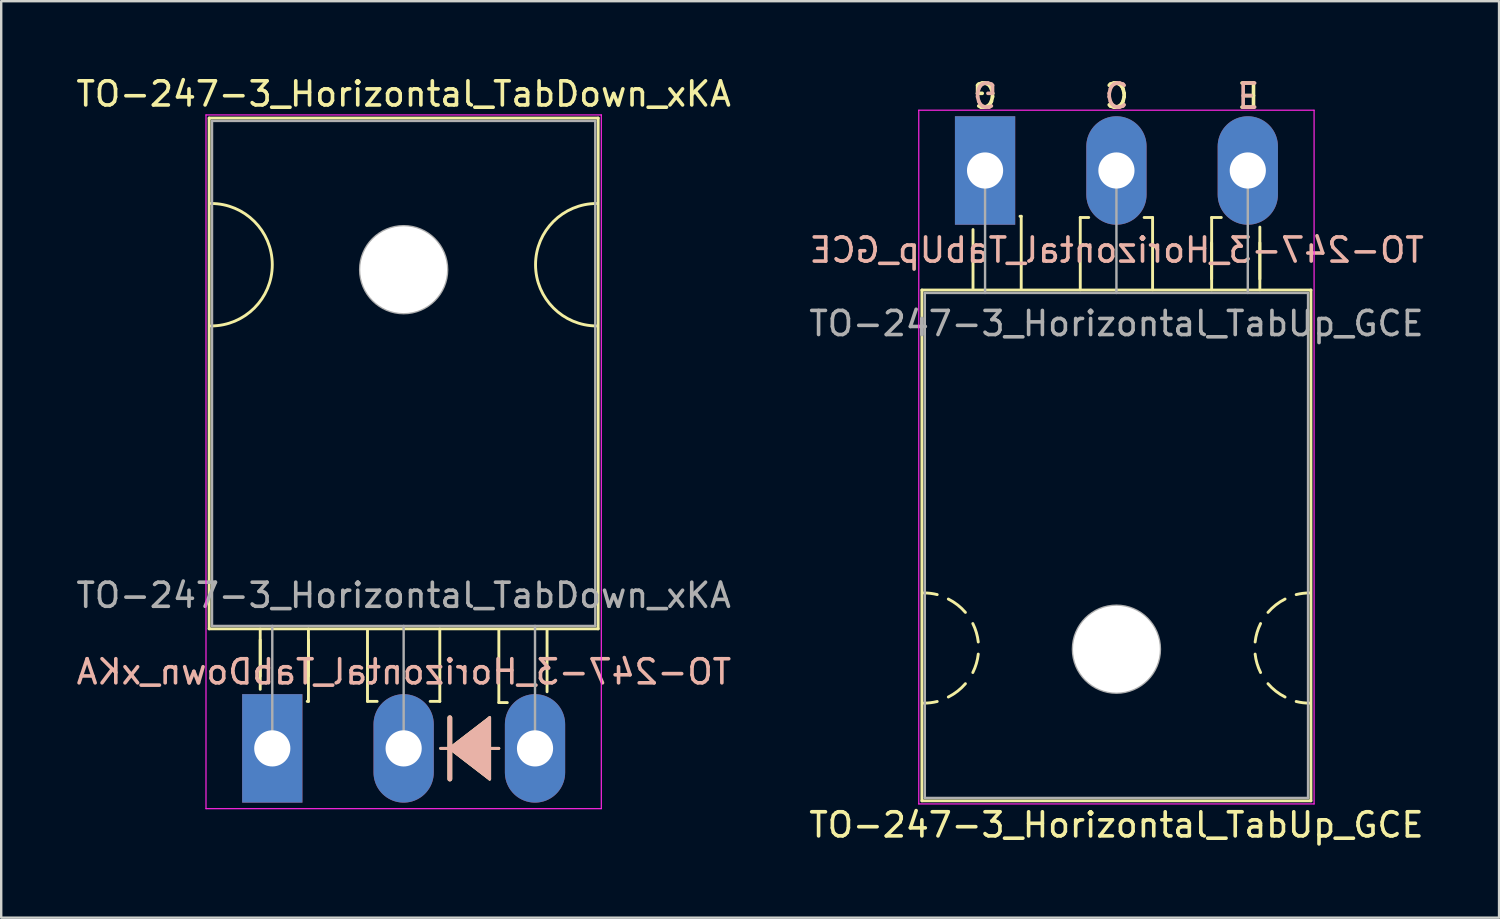
<source format=kicad_pcb>
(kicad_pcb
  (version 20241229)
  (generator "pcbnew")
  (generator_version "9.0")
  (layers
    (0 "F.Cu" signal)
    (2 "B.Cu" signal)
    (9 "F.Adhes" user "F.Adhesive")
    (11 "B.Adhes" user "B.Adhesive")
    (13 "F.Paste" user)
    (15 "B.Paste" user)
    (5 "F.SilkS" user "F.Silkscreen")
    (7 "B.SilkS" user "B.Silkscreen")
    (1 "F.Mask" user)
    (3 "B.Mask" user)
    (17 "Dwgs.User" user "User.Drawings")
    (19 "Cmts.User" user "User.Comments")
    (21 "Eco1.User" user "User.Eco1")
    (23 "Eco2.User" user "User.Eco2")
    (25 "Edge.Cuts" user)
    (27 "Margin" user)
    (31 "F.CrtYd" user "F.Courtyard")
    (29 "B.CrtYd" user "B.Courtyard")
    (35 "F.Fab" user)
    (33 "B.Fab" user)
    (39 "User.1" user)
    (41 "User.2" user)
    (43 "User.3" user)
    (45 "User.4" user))
  (footprint "TO-247-3_Horizontal_TabDown_xKA"
    (layer "F.Cu")
    (at 8.246 27.998)
    (property "Reference" "TO-247-3_Horizontal_TabDown_xKA" (at 5.45 -27.15 0) (layer "F.SilkS") (effects (font (size 1 1) (thickness 0.15))))
    (fp_line (start -2.62 -26.15) (end -2.62 -4.96) (stroke (width 0.12) (type solid)) (layer "F.SilkS"))
    (fp_line (start -2.62 -26.15) (end 13.52 -26.15) (stroke (width 0.12) (type solid)) (layer "F.SilkS"))
    (fp_line (start -2.62 -4.96) (end 13.52 -4.96) (stroke (width 0.12) (type solid)) (layer "F.SilkS"))
    (fp_line (start -0.5 -4.95) (end -0.5 -2.45) (stroke (width 0.12) (type solid)) (layer "F.SilkS"))
    (fp_line (start -0.5 -4.5) (end -0.5 -3) (stroke (width 0.12) (type solid)) (layer "F.SilkS"))
    (fp_line (start 1.5 -4.95) (end 1.5 -1.95) (stroke (width 0.12) (type solid)) (layer "F.SilkS"))
    (fp_line (start 1.5 -4.5) (end 1.5 -3) (stroke (width 0.12) (type solid)) (layer "F.SilkS"))
    (fp_line (start 1.5 -1.95) (end 1.45 -1.95) (stroke (width 0.12) (type solid)) (layer "F.SilkS"))
    (fp_line (start 3.95 -4.9) (end 3.95 -1.95) (stroke (width 0.12) (type solid)) (layer "F.SilkS"))
    (fp_line (start 3.95 -1.95) (end 4.35 -1.95) (stroke (width 0.12) (type solid)) (layer "F.SilkS"))
    (fp_line (start 6.95 -4.95) (end 6.95 -1.95) (stroke (width 0.12) (type solid)) (layer "F.SilkS"))
    (fp_line (start 6.95 -1.95) (end 6.55 -1.95) (stroke (width 0.12) (type solid)) (layer "F.SilkS"))
    (fp_line (start 6.985 0) (end 7.366 0) (stroke (width 0.12) (type solid)) (layer "F.SilkS"))
    (fp_line (start 7.366 -1.27) (end 7.366 0) (stroke (width 0.2) (type solid)) (layer "F.SilkS"))
    (fp_line (start 7.366 0) (end 7.366 1.27) (stroke (width 0.2) (type solid)) (layer "F.SilkS"))
    (fp_line (start 7.366 0) (end 9.017 1.27) (stroke (width 0.12) (type solid)) (layer "F.SilkS"))
    (fp_line (start 9.017 -1.27) (end 7.366 0) (stroke (width 0.12) (type solid)) (layer "F.SilkS"))
    (fp_line (start 9.017 1.27) (end 9.017 -1.27) (stroke (width 0.12) (type solid)) (layer "F.SilkS"))
    (fp_line (start 9.398 0) (end 9.017 0) (stroke (width 0.12) (type solid)) (layer "F.SilkS"))
    (fp_line (start 9.4 -4.9) (end 9.4 -1.9) (stroke (width 0.12) (type solid)) (layer "F.SilkS"))
    (fp_line (start 9.4 -1.9) (end 9.75 -1.9) (stroke (width 0.12) (type solid)) (layer "F.SilkS"))
    (fp_line (start 11.4 -4.9) (end 11.4 -2.35) (stroke (width 0.12) (type solid)) (layer "F.SilkS"))
    (fp_line (start 13.52 -26.15) (end 13.52 -4.96) (stroke (width 0.12) (type solid)) (layer "F.SilkS"))
    (fp_arc (start -2.54 -22.606) (mid 0 -20.066) (end -2.54 -17.526) (stroke (width 0.12) (type solid)) (layer "F.SilkS"))
    (fp_arc (start 13.462 -17.526) (mid 10.922 -20.066) (end 13.462 -22.606) (stroke (width 0.12) (type solid)) (layer "F.SilkS"))
    (fp_poly (pts (xy 9.017 1.27) (xy 7.366 0) (xy 9.017 -1.27)) (stroke (width 0.1) (type solid)) (fill yes) (layer "F.SilkS"))
    (fp_line (start 6.985 0) (end 7.366 0) (stroke (width 0.12) (type solid)) (layer "B.SilkS"))
    (fp_line (start 7.366 0) (end 7.366 -1.27) (stroke (width 0.2) (type solid)) (layer "B.SilkS"))
    (fp_line (start 7.366 0) (end 9.017 -1.27) (stroke (width 0.12) (type solid)) (layer "B.SilkS"))
    (fp_line (start 7.366 1.27) (end 7.366 0) (stroke (width 0.2) (type solid)) (layer "B.SilkS"))
    (fp_line (start 9.017 -1.27) (end 9.017 1.27) (stroke (width 0.12) (type solid)) (layer "B.SilkS"))
    (fp_line (start 9.017 1.27) (end 7.366 0) (stroke (width 0.12) (type solid)) (layer "B.SilkS"))
    (fp_line (start 9.398 0) (end 9.017 0) (stroke (width 0.12) (type solid)) (layer "B.SilkS"))
    (fp_poly (pts (xy 9.017 -1.27) (xy 7.366 0) (xy 9.017 1.27)) (stroke (width 0.1) (type solid)) (fill yes) (layer "B.SilkS"))
    (fp_line (start -2.75 -26.28) (end -2.75 2.5) (stroke (width 0.05) (type solid)) (layer "F.CrtYd"))
    (fp_line (start -2.75 2.5) (end 13.65 2.5) (stroke (width 0.05) (type solid)) (layer "F.CrtYd"))
    (fp_line (start 13.65 -26.28) (end -2.75 -26.28) (stroke (width 0.05) (type solid)) (layer "F.CrtYd"))
    (fp_line (start 13.65 2.5) (end 13.65 -26.28) (stroke (width 0.05) (type solid)) (layer "F.CrtYd"))
    (fp_line (start -2.5 -26.03) (end 13.4 -26.03) (stroke (width 0.1) (type solid)) (layer "F.Fab"))
    (fp_line (start -2.5 -5.08) (end -2.5 -26.03) (stroke (width 0.1) (type solid)) (layer "F.Fab"))
    (fp_line (start 0 -5.08) (end 0 0) (stroke (width 0.1) (type solid)) (layer "F.Fab"))
    (fp_line (start 5.45 -5.08) (end 5.45 0) (stroke (width 0.1) (type solid)) (layer "F.Fab"))
    (fp_line (start 10.9 -5.08) (end 10.9 0) (stroke (width 0.1) (type solid)) (layer "F.Fab"))
    (fp_line (start 13.4 -26.03) (end 13.4 -5.08) (stroke (width 0.1) (type solid)) (layer "F.Fab"))
    (fp_line (start 13.4 -5.08) (end -2.5 -5.08) (stroke (width 0.1) (type solid)) (layer "F.Fab"))
    (fp_circle (center 5.45 -19.86) (end 7.255 -19.86) (stroke (width 0.1) (type solid)) (fill no) (layer "F.Fab"))
    (fp_text user "${REFERENCE}" (at 5.461 -3.175 0) (layer "B.SilkS") (effects (font (size 1 1) (thickness 0.15)) (justify mirror)))
    (fp_text user "${REFERENCE}" (at 5.45 -6.35 0) (layer "F.Fab") (effects (font (size 1 1) (thickness 0.15))))
    (pad "" np_thru_hole oval (at 5.45 -19.86) (size 3.6 3.6) (drill 3.6) (layers "*.Cu" "*.Mask"))
    (pad "1" thru_hole rect (at 0 0) (size 2.5 4.5) (drill 1.5) (layers "*.Cu" "*.Mask"))
    (pad "2" thru_hole oval (at 5.45 0) (size 2.5 4.5) (drill 1.5) (layers "*.Cu" "*.Mask"))
    (pad "3" thru_hole oval (at 10.9 0) (size 2.5 4.5) (drill 1.5) (layers "*.Cu" "*.Mask")))
  (footprint "TO-247-3_Horizontal_TabUp_GCE"
    (layer "F.Cu")
    (at 37.817 4.023)
    (property "Reference" "TO-247-3_Horizontal_TabUp_GCE" (at 5.45 27.15 0) (layer "F.SilkS") (effects (font (size 1 1) (thickness 0.15))))
    (fp_line (start -2.62 4.96) (end -2.62 26.15) (stroke (width 0.12) (type solid)) (layer "F.SilkS"))
    (fp_line (start -2.62 4.96) (end 13.52 4.96) (stroke (width 0.12) (type solid)) (layer "F.SilkS"))
    (fp_line (start -2.62 26.15) (end 13.52 26.15) (stroke (width 0.12) (type solid)) (layer "F.SilkS"))
    (fp_line (start -0.5 4.9) (end -0.5 2.45) (stroke (width 0.12) (type solid)) (layer "F.SilkS"))
    (fp_line (start 1.5 1.9) (end 1.45 1.9) (stroke (width 0.12) (type solid)) (layer "F.SilkS"))
    (fp_line (start 1.5 4.9) (end 1.5 1.9) (stroke (width 0.12) (type solid)) (layer "F.SilkS"))
    (fp_line (start 3.95 1.95) (end 4.3 1.95) (stroke (width 0.12) (type solid)) (layer "F.SilkS"))
    (fp_line (start 3.95 4.95) (end 3.95 1.95) (stroke (width 0.12) (type solid)) (layer "F.SilkS"))
    (fp_line (start 6.95 1.95) (end 6.6 1.95) (stroke (width 0.12) (type solid)) (layer "F.SilkS"))
    (fp_line (start 6.95 4.95) (end 6.95 1.95) (stroke (width 0.12) (type solid)) (layer "F.SilkS"))
    (fp_line (start 9.4 1.95) (end 9.8 1.95) (stroke (width 0.12) (type solid)) (layer "F.SilkS"))
    (fp_line (start 9.4 4.5) (end 9.4 3) (stroke (width 0.12) (type solid)) (layer "F.SilkS"))
    (fp_line (start 9.4 4.95) (end 9.4 1.95) (stroke (width 0.12) (type solid)) (layer "F.SilkS"))
    (fp_line (start 11.4 4.5) (end 11.4 3) (stroke (width 0.12) (type solid)) (layer "F.SilkS"))
    (fp_line (start 11.4 4.95) (end 11.4 2.35) (stroke (width 0.12) (type solid)) (layer "F.SilkS"))
    (fp_line (start 13.52 4.96) (end 13.52 26.15) (stroke (width 0.12) (type solid)) (layer "F.SilkS"))
    (fp_arc (start -2.54 17.526) (mid -2.260689 17.543128) (end -1.985564 17.594254) (stroke (width 0.12) (type solid)) (layer "F.SilkS"))
    (fp_arc (start -1.985564 22.029746) (mid -2.260689 22.080872) (end -2.54 22.098) (stroke (width 0.12) (type solid)) (layer "F.SilkS"))
    (fp_arc (start -1.524001 17.780001) (mid -1.14188 18.02132) (end -0.815088 18.333504) (stroke (width 0.12) (type solid)) (layer "F.SilkS"))
    (fp_arc (start -0.815087 21.290497) (mid -1.141879 21.60268) (end -1.524 21.844) (stroke (width 0.12) (type solid)) (layer "F.SilkS"))
    (fp_arc (start -0.508001 18.796001) (mid -0.361178 19.168563) (end -0.282051 19.561117) (stroke (width 0.12) (type solid)) (layer "F.SilkS"))
    (fp_arc (start -0.282051 20.062883) (mid -0.361178 20.455437) (end -0.508001 20.827999) (stroke (width 0.12) (type solid)) (layer "F.SilkS"))
    (fp_arc (start 11.204051 19.561117) (mid 11.283178 19.168563) (end 11.430001 18.796001) (stroke (width 0.12) (type solid)) (layer "F.SilkS"))
    (fp_arc (start 11.430001 20.827999) (mid 11.283178 20.455437) (end 11.204051 20.062883) (stroke (width 0.12) (type solid)) (layer "F.SilkS"))
    (fp_arc (start 11.737087 18.333503) (mid 12.063879 18.02132) (end 12.446 17.78) (stroke (width 0.12) (type solid)) (layer "F.SilkS"))
    (fp_arc (start 12.446001 21.843999) (mid 12.06388 21.60268) (end 11.737088 21.290496) (stroke (width 0.12) (type solid)) (layer "F.SilkS"))
    (fp_arc (start 12.907564 17.594254) (mid 13.182689 17.543128) (end 13.462 17.526) (stroke (width 0.12) (type solid)) (layer "F.SilkS"))
    (fp_arc (start 13.462 22.098) (mid 13.182689 22.080872) (end 12.907564 22.029746) (stroke (width 0.12) (type solid)) (layer "F.SilkS"))
    (fp_line (start -2.75 -2.5) (end -2.75 26.28) (stroke (width 0.05) (type solid)) (layer "F.CrtYd"))
    (fp_line (start -2.75 26.28) (end 13.65 26.28) (stroke (width 0.05) (type solid)) (layer "F.CrtYd"))
    (fp_line (start 13.65 -2.5) (end -2.75 -2.5) (stroke (width 0.05) (type solid)) (layer "F.CrtYd"))
    (fp_line (start 13.65 26.28) (end 13.65 -2.5) (stroke (width 0.05) (type solid)) (layer "F.CrtYd"))
    (fp_line (start -2.5 5.08) (end -2.5 26.03) (stroke (width 0.1) (type solid)) (layer "F.Fab"))
    (fp_line (start -2.5 26.03) (end 13.4 26.03) (stroke (width 0.1) (type solid)) (layer "F.Fab"))
    (fp_line (start 0 5.08) (end 0 0) (stroke (width 0.1) (type solid)) (layer "F.Fab"))
    (fp_line (start 5.45 5.08) (end 5.45 0) (stroke (width 0.1) (type solid)) (layer "F.Fab"))
    (fp_line (start 10.9 5.08) (end 10.9 0) (stroke (width 0.1) (type solid)) (layer "F.Fab"))
    (fp_line (start 13.4 5.08) (end -2.5 5.08) (stroke (width 0.1) (type solid)) (layer "F.Fab"))
    (fp_line (start 13.4 26.03) (end 13.4 5.08) (stroke (width 0.1) (type solid)) (layer "F.Fab"))
    (fp_circle (center 5.45 19.86) (end 7.255 19.86) (stroke (width 0.1) (type solid)) (fill no) (layer "F.Fab"))
    (fp_text user "C" (at 5.461 -3.175 180) (unlocked yes) (layer "F.SilkS") (effects (font (size 1 1) (thickness 0.15))))
    (fp_text user "E" (at 10.922 -3.175 180) (unlocked yes) (layer "F.SilkS") (effects (font (size 1 1) (thickness 0.15))))
    (fp_text user "G" (at 0 -3.175 180) (unlocked yes) (layer "F.SilkS") (effects (font (size 1 1) (thickness 0.15))))
    (fp_text user "C" (at 5.461 -3.175 180) (unlocked yes) (layer "B.SilkS") (effects (font (size 1 1) (thickness 0.15)) (justify mirror)))
    (fp_text user "E" (at 10.922 -3.175 180) (unlocked yes) (layer "B.SilkS") (effects (font (size 1 1) (thickness 0.15)) (justify mirror)))
    (fp_text user "G" (at 0 -3.175 180) (unlocked yes) (layer "B.SilkS") (effects (font (size 1 1) (thickness 0.15)) (justify mirror)))
    (fp_text user "${REFERENCE}" (at 5.461 3.302 0) (layer "B.SilkS") (effects (font (size 1 1) (thickness 0.15)) (justify mirror)))
    (fp_text user "${REFERENCE}" (at 5.45 6.35 0) (layer "F.Fab") (effects (font (size 1 1) (thickness 0.15))))
    (pad "" np_thru_hole oval (at 5.45 19.86) (size 3.6 3.6) (drill 3.6) (layers "*.Cu" "*.Mask"))
    (pad "1" thru_hole rect (at 0 0) (size 2.5 4.5) (drill 1.5) (layers "*.Cu" "*.Mask"))
    (pad "2" thru_hole oval (at 5.45 0) (size 2.5 4.5) (drill 1.5) (layers "*.Cu" "*.Mask"))
    (pad "3" thru_hole oval (at 10.9 0) (size 2.5 4.5) (drill 1.5) (layers "*.Cu" "*.Mask")))
  (gr_rect
    (start -3 -3)
    (end 59.141 35.022)
    (stroke (width 0.1) (type default))
    (fill no)
    (layer "Edge.Cuts")))
</source>
